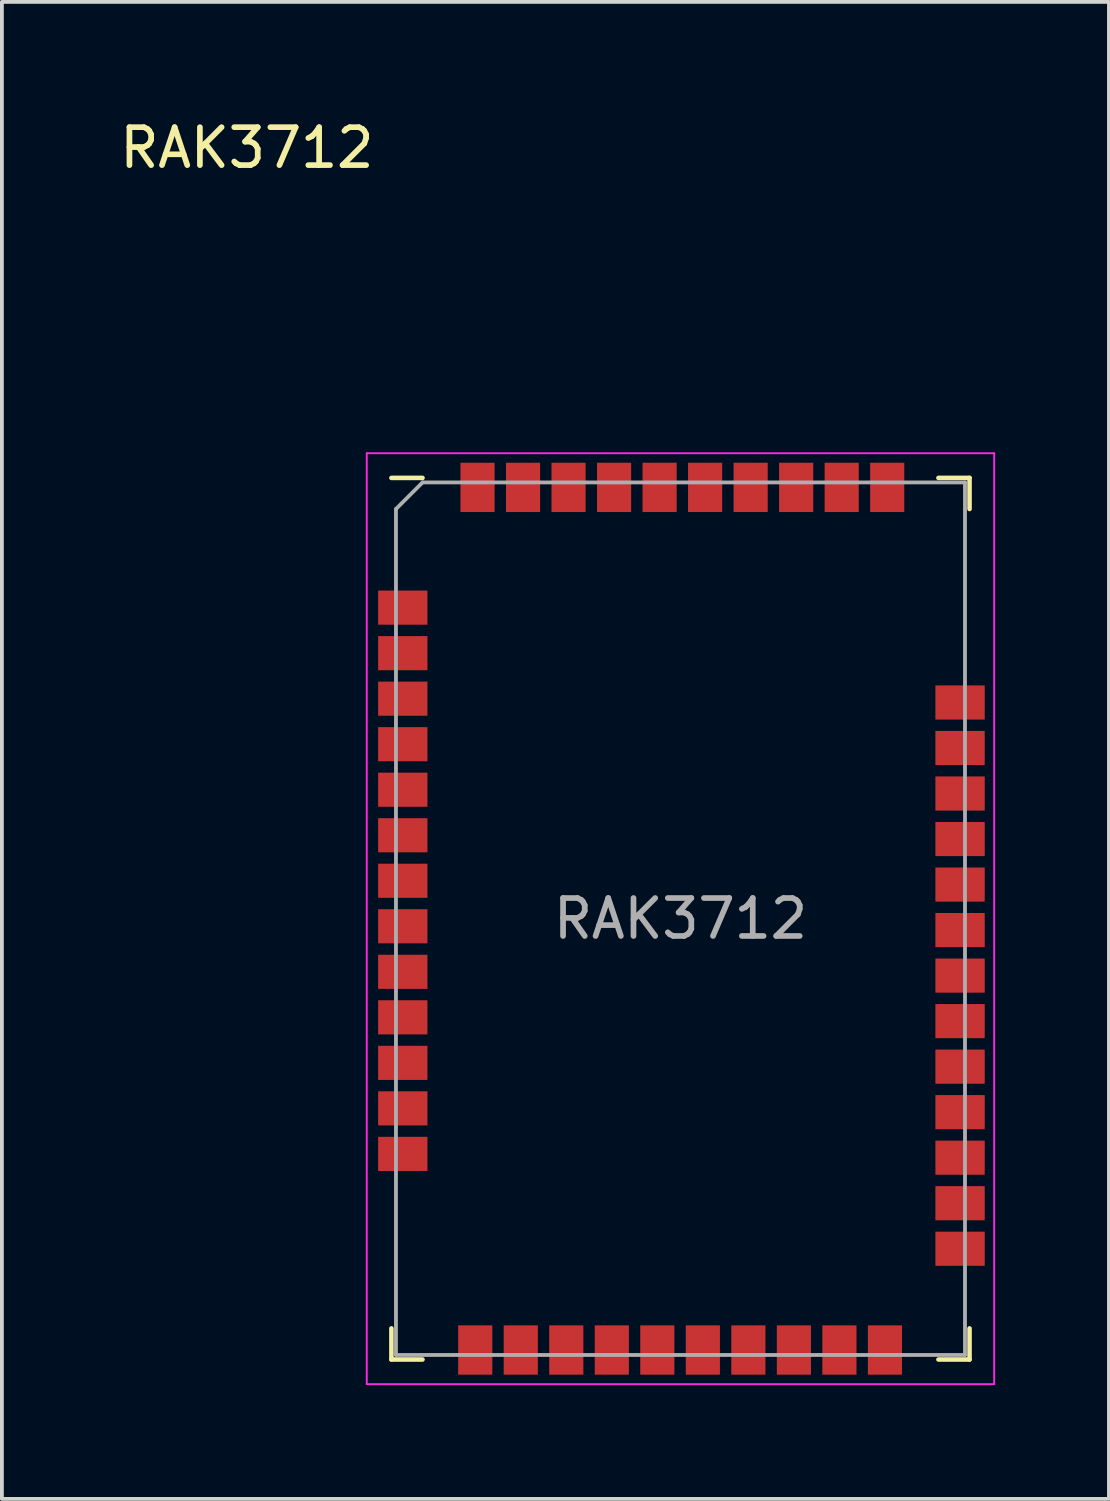
<source format=kicad_pcb>
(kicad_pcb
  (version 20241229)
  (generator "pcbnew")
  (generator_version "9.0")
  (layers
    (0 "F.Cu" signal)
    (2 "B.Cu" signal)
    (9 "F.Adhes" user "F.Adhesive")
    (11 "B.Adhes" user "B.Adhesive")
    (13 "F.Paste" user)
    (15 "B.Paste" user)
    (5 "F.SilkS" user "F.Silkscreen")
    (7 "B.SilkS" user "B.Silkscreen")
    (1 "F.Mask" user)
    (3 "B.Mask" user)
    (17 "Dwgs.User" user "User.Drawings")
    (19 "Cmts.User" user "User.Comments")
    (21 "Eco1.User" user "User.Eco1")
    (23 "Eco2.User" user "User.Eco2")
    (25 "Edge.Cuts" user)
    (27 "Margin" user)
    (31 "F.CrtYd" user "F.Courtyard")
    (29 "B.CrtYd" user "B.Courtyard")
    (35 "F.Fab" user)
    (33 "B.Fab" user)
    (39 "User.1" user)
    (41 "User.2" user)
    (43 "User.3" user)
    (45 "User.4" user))
  (footprint "RAK3712"
    (layer "F.Cu")
    (at 14.888 21.168)
    (property "Reference" "RAK3712" (at -11.43 -20.32 0) (layer "F.SilkS") (effects (font (size 1 1) (thickness 0.15))))
    (attr smd)
    (fp_line (start -7.62 -11.62) (end -6.8 -11.62) (stroke (width 0.12) (type solid)) (layer "F.SilkS"))
    (fp_line (start -7.62 10.8) (end -7.62 11.62) (stroke (width 0.12) (type solid)) (layer "F.SilkS"))
    (fp_line (start -6.8 11.62) (end -7.62 11.62) (stroke (width 0.12) (type solid)) (layer "F.SilkS"))
    (fp_line (start 6.8 11.62) (end 7.62 11.62) (stroke (width 0.12) (type solid)) (layer "F.SilkS"))
    (fp_line (start 7.62 -11.62) (end 6.8 -11.62) (stroke (width 0.12) (type solid)) (layer "F.SilkS"))
    (fp_line (start 7.62 -10.8) (end 7.62 -11.62) (stroke (width 0.12) (type solid)) (layer "F.SilkS"))
    (fp_line (start 7.62 10.8) (end 7.62 11.62) (stroke (width 0.12) (type solid)) (layer "F.SilkS"))
    (fp_line (start -8.27 -12.27) (end -8.27 12.27) (stroke (width 0.05) (type solid)) (layer "F.CrtYd"))
    (fp_line (start -8.27 12.27) (end 8.27 12.27) (stroke (width 0.05) (type solid)) (layer "F.CrtYd"))
    (fp_line (start 8.27 -12.27) (end -8.27 -12.27) (stroke (width 0.05) (type solid)) (layer "F.CrtYd"))
    (fp_line (start 8.27 -12.27) (end 8.27 12.27) (stroke (width 0.05) (type solid)) (layer "F.CrtYd"))
    (fp_line (start -7.5 -10.8) (end -7.5 11.5) (stroke (width 0.1) (type solid)) (layer "F.Fab"))
    (fp_line (start -7.5 -10.8) (end -6.8 -11.5) (stroke (width 0.1) (type solid)) (layer "F.Fab"))
    (fp_line (start -7.5 11.5) (end 7.5 11.5) (stroke (width 0.1) (type solid)) (layer "F.Fab"))
    (fp_line (start -6.8 -11.5) (end 7.5 -11.5) (stroke (width 0.1) (type solid)) (layer "F.Fab"))
    (fp_line (start 7.5 -11.5) (end 7.5 11.5) (stroke (width 0.1) (type solid)) (layer "F.Fab"))
    (fp_text user "${REFERENCE}" (at 0 0 0) (layer "F.Fab") (effects (font (size 1 1) (thickness 0.15))))
    (pad "1" smd rect (at -7.32 -8.2) (size 1.3 0.9) (layers "F.Cu" "F.Mask" "F.Paste"))
    (pad "2" smd rect (at -7.32 -7) (size 1.3 0.9) (layers "F.Cu" "F.Mask" "F.Paste"))
    (pad "3" smd rect (at -7.32 -5.8) (size 1.3 0.9) (layers "F.Cu" "F.Mask" "F.Paste"))
    (pad "4" smd rect (at -7.32 -4.6) (size 1.3 0.9) (layers "F.Cu" "F.Mask" "F.Paste"))
    (pad "5" smd rect (at -7.32 -3.4) (size 1.3 0.9) (layers "F.Cu" "F.Mask" "F.Paste"))
    (pad "6" smd rect (at -7.32 -2.2) (size 1.3 0.9) (layers "F.Cu" "F.Mask" "F.Paste"))
    (pad "7" smd rect (at -7.32 -1) (size 1.3 0.9) (layers "F.Cu" "F.Mask" "F.Paste"))
    (pad "8" smd rect (at -7.32 0.2) (size 1.3 0.9) (layers "F.Cu" "F.Mask" "F.Paste"))
    (pad "9" smd rect (at -7.32 1.4) (size 1.3 0.9) (layers "F.Cu" "F.Mask" "F.Paste"))
    (pad "10" smd rect (at -7.32 2.6) (size 1.3 0.9) (layers "F.Cu" "F.Mask" "F.Paste"))
    (pad "11" smd rect (at -7.32 3.8) (size 1.3 0.9) (layers "F.Cu" "F.Mask" "F.Paste"))
    (pad "12" smd rect (at -7.32 5) (size 1.3 0.9) (layers "F.Cu" "F.Mask" "F.Paste"))
    (pad "13" smd rect (at -7.32 6.2) (size 1.3 0.9) (layers "F.Cu" "F.Mask" "F.Paste"))
    (pad "14" smd rect (at -5.41 11.37 270) (size 1.3 0.9) (layers "F.Cu" "F.Mask" "F.Paste"))
    (pad "15" smd rect (at -4.21 11.37 90) (size 1.3 0.9) (layers "F.Cu" "F.Mask" "F.Paste"))
    (pad "16" smd rect (at -3.01 11.37 90) (size 1.3 0.9) (layers "F.Cu" "F.Mask" "F.Paste"))
    (pad "17" smd rect (at -1.81 11.37 90) (size 1.3 0.9) (layers "F.Cu" "F.Mask" "F.Paste"))
    (pad "18" smd rect (at -0.61 11.37 90) (size 1.3 0.9) (layers "F.Cu" "F.Mask" "F.Paste"))
    (pad "19" smd rect (at 0.59 11.37 90) (size 1.3 0.9) (layers "F.Cu" "F.Mask" "F.Paste"))
    (pad "20" smd rect (at 1.79 11.37 90) (size 1.3 0.9) (layers "F.Cu" "F.Mask" "F.Paste"))
    (pad "21" smd rect (at 2.99 11.37 90) (size 1.3 0.9) (layers "F.Cu" "F.Mask" "F.Paste"))
    (pad "22" smd rect (at 4.19 11.37 90) (size 1.3 0.9) (layers "F.Cu" "F.Mask" "F.Paste"))
    (pad "23" smd rect (at 5.39 11.37 90) (size 1.3 0.9) (layers "F.Cu" "F.Mask" "F.Paste"))
    (pad "24" smd rect (at 7.37 8.7) (size 1.3 0.9) (layers "F.Cu" "F.Mask" "F.Paste"))
    (pad "25" smd rect (at 7.37 7.5) (size 1.3 0.9) (layers "F.Cu" "F.Mask" "F.Paste"))
    (pad "26" smd rect (at 7.37 6.3) (size 1.3 0.9) (layers "F.Cu" "F.Mask" "F.Paste"))
    (pad "27" smd rect (at 7.37 5.1) (size 1.3 0.9) (layers "F.Cu" "F.Mask" "F.Paste"))
    (pad "28" smd rect (at 7.37 3.9) (size 1.3 0.9) (layers "F.Cu" "F.Mask" "F.Paste"))
    (pad "29" smd rect (at 7.37 2.7) (size 1.3 0.9) (layers "F.Cu" "F.Mask" "F.Paste"))
    (pad "30" smd rect (at 7.37 1.5) (size 1.3 0.9) (layers "F.Cu" "F.Mask" "F.Paste"))
    (pad "31" smd rect (at 7.37 0.3) (size 1.3 0.9) (layers "F.Cu" "F.Mask" "F.Paste"))
    (pad "32" smd rect (at 7.37 -0.9) (size 1.3 0.9) (layers "F.Cu" "F.Mask" "F.Paste"))
    (pad "33" smd rect (at 7.37 -2.1) (size 1.3 0.9) (layers "F.Cu" "F.Mask" "F.Paste"))
    (pad "34" smd rect (at 7.37 -3.3) (size 1.3 0.9) (layers "F.Cu" "F.Mask" "F.Paste"))
    (pad "35" smd rect (at 7.37 -4.5) (size 1.3 0.9) (layers "F.Cu" "F.Mask" "F.Paste"))
    (pad "36" smd rect (at 7.37 -5.7) (size 1.3 0.9) (layers "F.Cu" "F.Mask" "F.Paste"))
    (pad "37" smd rect (at 5.45 -11.37 270) (size 1.3 0.9) (layers "F.Cu" "F.Mask" "F.Paste"))
    (pad "38" smd rect (at 4.25 -11.37 270) (size 1.3 0.9) (layers "F.Cu" "F.Mask" "F.Paste"))
    (pad "39" smd rect (at 3.05 -11.37 270) (size 1.3 0.9) (layers "F.Cu" "F.Mask" "F.Paste"))
    (pad "40" smd rect (at 1.85 -11.37 270) (size 1.3 0.9) (layers "F.Cu" "F.Mask" "F.Paste"))
    (pad "41" smd rect (at 0.65 -11.37 270) (size 1.3 0.9) (layers "F.Cu" "F.Mask" "F.Paste"))
    (pad "42" smd rect (at -0.55 -11.37 270) (size 1.3 0.9) (layers "F.Cu" "F.Mask" "F.Paste"))
    (pad "43" smd rect (at -1.75 -11.37 270) (size 1.3 0.9) (layers "F.Cu" "F.Mask" "F.Paste"))
    (pad "44" smd rect (at -2.95 -11.37 270) (size 1.3 0.9) (layers "F.Cu" "F.Mask" "F.Paste"))
    (pad "45" smd rect (at -4.15 -11.37 270) (size 1.3 0.9) (layers "F.Cu" "F.Mask" "F.Paste"))
    (pad "46" smd rect (at -5.35 -11.37 270) (size 1.3 0.9) (layers "F.Cu" "F.Mask" "F.Paste")))
  (gr_rect
    (start -3 -3)
    (end 26.183 36.463)
    (stroke (width 0.1) (type default))
    (fill no)
    (layer "Edge.Cuts")))
</source>
